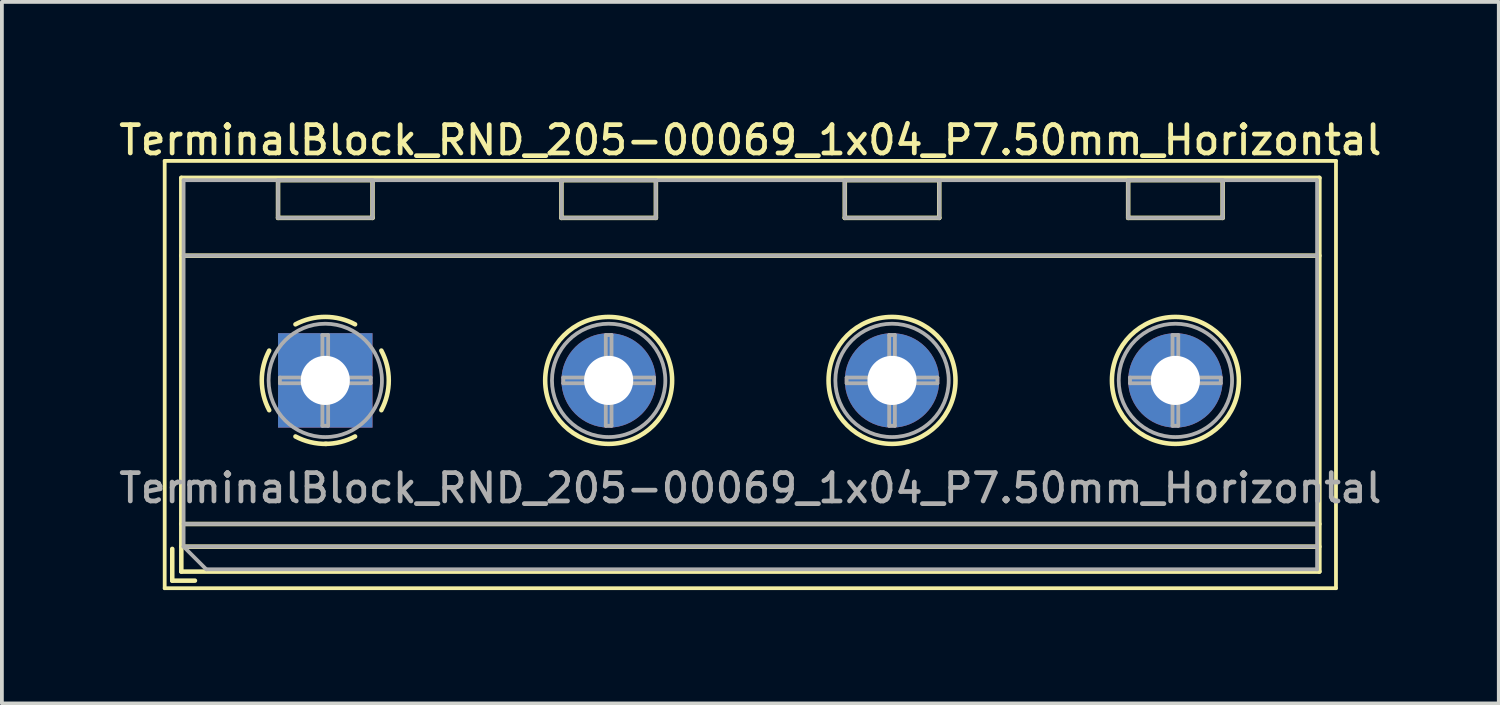
<source format=kicad_pcb>
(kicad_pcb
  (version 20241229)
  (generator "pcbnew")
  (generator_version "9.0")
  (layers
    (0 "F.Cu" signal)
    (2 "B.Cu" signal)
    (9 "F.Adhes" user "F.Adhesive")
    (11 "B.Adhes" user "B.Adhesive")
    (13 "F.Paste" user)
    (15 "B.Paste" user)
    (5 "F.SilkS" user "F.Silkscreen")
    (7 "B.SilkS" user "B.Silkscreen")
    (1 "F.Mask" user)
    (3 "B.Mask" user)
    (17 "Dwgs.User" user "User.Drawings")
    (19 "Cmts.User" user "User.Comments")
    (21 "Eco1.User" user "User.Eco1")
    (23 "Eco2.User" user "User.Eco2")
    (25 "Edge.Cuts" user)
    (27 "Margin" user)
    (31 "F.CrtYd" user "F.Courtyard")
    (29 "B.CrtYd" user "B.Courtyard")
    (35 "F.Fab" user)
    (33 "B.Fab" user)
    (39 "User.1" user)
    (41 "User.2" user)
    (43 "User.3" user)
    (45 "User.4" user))
  (footprint "TerminalBlock_RND_205-00069_1x04_P7.50mm_Horizontal"
    (layer "F.Cu")
    (at 5.559 7.018)
    (property "Reference" "TerminalBlock_RND_205-00069_1x04_P7.50mm_Horizontal" (at 11.25 -6.36 0) (layer "F.SilkS") (effects (font (size 0.75 0.75) (thickness 0.125))))
    (attr through_hole)
    (fp_line (start -4.25 -5.81) (end -4.25 5.5) (stroke (width 0.1) (type solid)) (layer "F.SilkS"))
    (fp_line (start -4.25 5.5) (end 26.75 5.5) (stroke (width 0.1) (type solid)) (layer "F.SilkS"))
    (fp_line (start -4.05 4.46) (end -4.05 5.3) (stroke (width 0.12) (type solid)) (layer "F.SilkS"))
    (fp_line (start -4.05 5.3) (end -3.45 5.3) (stroke (width 0.12) (type solid)) (layer "F.SilkS"))
    (fp_line (start -3.81 -5.36) (end -3.81 5.06) (stroke (width 0.12) (type solid)) (layer "F.SilkS"))
    (fp_line (start -3.81 -5.36) (end 26.31 -5.36) (stroke (width 0.12) (type solid)) (layer "F.SilkS"))
    (fp_line (start -3.81 -3.301) (end 26.31 -3.301) (stroke (width 0.12) (type solid)) (layer "F.SilkS"))
    (fp_line (start -3.81 3.8) (end 26.31 3.8) (stroke (width 0.12) (type solid)) (layer "F.SilkS"))
    (fp_line (start -3.81 4.4) (end 26.31 4.4) (stroke (width 0.12) (type solid)) (layer "F.SilkS"))
    (fp_line (start -3.81 5.06) (end 26.31 5.06) (stroke (width 0.12) (type solid)) (layer "F.SilkS"))
    (fp_line (start -1.25 -5.301) (end -1.25 -4.301) (stroke (width 0.12) (type solid)) (layer "F.SilkS"))
    (fp_line (start -1.25 -5.301) (end 1.25 -5.301) (stroke (width 0.12) (type solid)) (layer "F.SilkS"))
    (fp_line (start -1.25 -4.301) (end 1.25 -4.301) (stroke (width 0.12) (type solid)) (layer "F.SilkS"))
    (fp_line (start 1.25 -5.301) (end 1.25 -4.301) (stroke (width 0.12) (type solid)) (layer "F.SilkS"))
    (fp_line (start 6.25 -5.301) (end 6.25 -4.301) (stroke (width 0.12) (type solid)) (layer "F.SilkS"))
    (fp_line (start 6.25 -5.301) (end 8.75 -5.301) (stroke (width 0.12) (type solid)) (layer "F.SilkS"))
    (fp_line (start 6.25 -4.301) (end 8.75 -4.301) (stroke (width 0.12) (type solid)) (layer "F.SilkS"))
    (fp_line (start 8.75 -5.301) (end 8.75 -4.301) (stroke (width 0.12) (type solid)) (layer "F.SilkS"))
    (fp_line (start 13.75 -5.301) (end 13.75 -4.301) (stroke (width 0.12) (type solid)) (layer "F.SilkS"))
    (fp_line (start 13.75 -5.301) (end 16.25 -5.301) (stroke (width 0.12) (type solid)) (layer "F.SilkS"))
    (fp_line (start 13.75 -4.301) (end 16.25 -4.301) (stroke (width 0.12) (type solid)) (layer "F.SilkS"))
    (fp_line (start 16.25 -5.301) (end 16.25 -4.301) (stroke (width 0.12) (type solid)) (layer "F.SilkS"))
    (fp_line (start 21.25 -5.301) (end 21.25 -4.301) (stroke (width 0.12) (type solid)) (layer "F.SilkS"))
    (fp_line (start 21.25 -5.301) (end 23.75 -5.301) (stroke (width 0.12) (type solid)) (layer "F.SilkS"))
    (fp_line (start 21.25 -4.301) (end 23.75 -4.301) (stroke (width 0.12) (type solid)) (layer "F.SilkS"))
    (fp_line (start 23.75 -5.301) (end 23.75 -4.301) (stroke (width 0.12) (type solid)) (layer "F.SilkS"))
    (fp_line (start 26.31 -5.36) (end 26.31 5.06) (stroke (width 0.12) (type solid)) (layer "F.SilkS"))
    (fp_line (start 26.75 -5.81) (end -4.25 -5.81) (stroke (width 0.1) (type solid)) (layer "F.SilkS"))
    (fp_line (start 26.75 5.5) (end 26.75 -5.81) (stroke (width 0.1) (type solid)) (layer "F.SilkS"))
    (fp_arc (start -1.483953 0.789089) (mid -1.680708 0.00005) (end -1.484 -0.789) (stroke (width 0.12) (type solid)) (layer "F.SilkS"))
    (fp_arc (start -0.789089 -1.483953) (mid -0.00005 -1.680708) (end 0.789 -1.484) (stroke (width 0.12) (type solid)) (layer "F.SilkS"))
    (fp_arc (start 0.029383 1.68045) (mid -0.392304 1.634281) (end -0.789 1.484) (stroke (width 0.12) (type solid)) (layer "F.SilkS"))
    (fp_arc (start 0.788712 1.483352) (mid 0.406429 1.630097) (end 0 1.68) (stroke (width 0.12) (type solid)) (layer "F.SilkS"))
    (fp_arc (start 1.483953 -0.789089) (mid 1.680708 -0.00005) (end 1.484 0.789) (stroke (width 0.12) (type solid)) (layer "F.SilkS"))
    (fp_circle (center 7.5 0) (end 9.18 0) (stroke (width 0.12) (type solid)) (fill no) (layer "F.SilkS"))
    (fp_circle (center 15 0) (end 16.68 0) (stroke (width 0.12) (type solid)) (fill no) (layer "F.SilkS"))
    (fp_circle (center 22.5 0) (end 24.18 0) (stroke (width 0.12) (type solid)) (fill no) (layer "F.SilkS"))
    (fp_line (start -3.75 -5.3) (end 26.25 -5.3) (stroke (width 0.1) (type solid)) (layer "F.Fab"))
    (fp_line (start -3.75 -3.3) (end 26.25 -3.3) (stroke (width 0.1) (type solid)) (layer "F.Fab"))
    (fp_line (start -3.75 3.8) (end 26.25 3.8) (stroke (width 0.1) (type solid)) (layer "F.Fab"))
    (fp_line (start -3.75 4.4) (end -3.75 -5.3) (stroke (width 0.1) (type solid)) (layer "F.Fab"))
    (fp_line (start -3.75 4.4) (end 26.25 4.4) (stroke (width 0.1) (type solid)) (layer "F.Fab"))
    (fp_line (start -3.15 5) (end -3.75 4.4) (stroke (width 0.1) (type solid)) (layer "F.Fab"))
    (fp_line (start -1.25 -5.3) (end -1.25 -4.3) (stroke (width 0.1) (type solid)) (layer "F.Fab"))
    (fp_line (start -1.25 -4.3) (end 1.25 -4.3) (stroke (width 0.1) (type solid)) (layer "F.Fab"))
    (fp_line (start -1.201 -0.076) (end -0.076 -0.076) (stroke (width 0.1) (type solid)) (layer "F.Fab"))
    (fp_line (start -1.201 0.076) (end -1.201 -0.076) (stroke (width 0.1) (type solid)) (layer "F.Fab"))
    (fp_line (start -0.076 -1.201) (end 0.076 -1.201) (stroke (width 0.1) (type solid)) (layer "F.Fab"))
    (fp_line (start -0.076 -0.076) (end -0.076 -1.201) (stroke (width 0.1) (type solid)) (layer "F.Fab"))
    (fp_line (start -0.076 0.076) (end -1.201 0.076) (stroke (width 0.1) (type solid)) (layer "F.Fab"))
    (fp_line (start -0.076 1.201) (end -0.076 0.076) (stroke (width 0.1) (type solid)) (layer "F.Fab"))
    (fp_line (start 0.076 -1.201) (end 0.076 -0.076) (stroke (width 0.1) (type solid)) (layer "F.Fab"))
    (fp_line (start 0.076 -0.076) (end 1.201 -0.076) (stroke (width 0.1) (type solid)) (layer "F.Fab"))
    (fp_line (start 0.076 0.076) (end 0.076 1.201) (stroke (width 0.1) (type solid)) (layer "F.Fab"))
    (fp_line (start 0.076 1.201) (end -0.076 1.201) (stroke (width 0.1) (type solid)) (layer "F.Fab"))
    (fp_line (start 1.201 -0.076) (end 1.201 0.076) (stroke (width 0.1) (type solid)) (layer "F.Fab"))
    (fp_line (start 1.201 0.076) (end 0.076 0.076) (stroke (width 0.1) (type solid)) (layer "F.Fab"))
    (fp_line (start 1.25 -5.3) (end -1.25 -5.3) (stroke (width 0.1) (type solid)) (layer "F.Fab"))
    (fp_line (start 1.25 -4.3) (end 1.25 -5.3) (stroke (width 0.1) (type solid)) (layer "F.Fab"))
    (fp_line (start 6.25 -5.3) (end 6.25 -4.3) (stroke (width 0.1) (type solid)) (layer "F.Fab"))
    (fp_line (start 6.25 -4.3) (end 8.75 -4.3) (stroke (width 0.1) (type solid)) (layer "F.Fab"))
    (fp_line (start 6.299 -0.076) (end 7.424 -0.076) (stroke (width 0.1) (type solid)) (layer "F.Fab"))
    (fp_line (start 6.299 0.076) (end 6.299 -0.076) (stroke (width 0.1) (type solid)) (layer "F.Fab"))
    (fp_line (start 7.424 -1.201) (end 7.576 -1.201) (stroke (width 0.1) (type solid)) (layer "F.Fab"))
    (fp_line (start 7.424 -0.076) (end 7.424 -1.201) (stroke (width 0.1) (type solid)) (layer "F.Fab"))
    (fp_line (start 7.424 0.076) (end 6.299 0.076) (stroke (width 0.1) (type solid)) (layer "F.Fab"))
    (fp_line (start 7.424 1.201) (end 7.424 0.076) (stroke (width 0.1) (type solid)) (layer "F.Fab"))
    (fp_line (start 7.576 -1.201) (end 7.576 -0.076) (stroke (width 0.1) (type solid)) (layer "F.Fab"))
    (fp_line (start 7.576 -0.076) (end 8.701 -0.076) (stroke (width 0.1) (type solid)) (layer "F.Fab"))
    (fp_line (start 7.576 0.076) (end 7.576 1.201) (stroke (width 0.1) (type solid)) (layer "F.Fab"))
    (fp_line (start 7.576 1.201) (end 7.424 1.201) (stroke (width 0.1) (type solid)) (layer "F.Fab"))
    (fp_line (start 8.701 -0.076) (end 8.701 0.076) (stroke (width 0.1) (type solid)) (layer "F.Fab"))
    (fp_line (start 8.701 0.076) (end 7.576 0.076) (stroke (width 0.1) (type solid)) (layer "F.Fab"))
    (fp_line (start 8.75 -5.3) (end 6.25 -5.3) (stroke (width 0.1) (type solid)) (layer "F.Fab"))
    (fp_line (start 8.75 -4.3) (end 8.75 -5.3) (stroke (width 0.1) (type solid)) (layer "F.Fab"))
    (fp_line (start 13.75 -5.3) (end 13.75 -4.3) (stroke (width 0.1) (type solid)) (layer "F.Fab"))
    (fp_line (start 13.75 -4.3) (end 16.25 -4.3) (stroke (width 0.1) (type solid)) (layer "F.Fab"))
    (fp_line (start 13.799 -0.076) (end 14.924 -0.076) (stroke (width 0.1) (type solid)) (layer "F.Fab"))
    (fp_line (start 13.799 0.076) (end 13.799 -0.076) (stroke (width 0.1) (type solid)) (layer "F.Fab"))
    (fp_line (start 14.924 -1.201) (end 15.076 -1.201) (stroke (width 0.1) (type solid)) (layer "F.Fab"))
    (fp_line (start 14.924 -0.076) (end 14.924 -1.201) (stroke (width 0.1) (type solid)) (layer "F.Fab"))
    (fp_line (start 14.924 0.076) (end 13.799 0.076) (stroke (width 0.1) (type solid)) (layer "F.Fab"))
    (fp_line (start 14.924 1.201) (end 14.924 0.076) (stroke (width 0.1) (type solid)) (layer "F.Fab"))
    (fp_line (start 15.076 -1.201) (end 15.076 -0.076) (stroke (width 0.1) (type solid)) (layer "F.Fab"))
    (fp_line (start 15.076 -0.076) (end 16.201 -0.076) (stroke (width 0.1) (type solid)) (layer "F.Fab"))
    (fp_line (start 15.076 0.076) (end 15.076 1.201) (stroke (width 0.1) (type solid)) (layer "F.Fab"))
    (fp_line (start 15.076 1.201) (end 14.924 1.201) (stroke (width 0.1) (type solid)) (layer "F.Fab"))
    (fp_line (start 16.201 -0.076) (end 16.201 0.076) (stroke (width 0.1) (type solid)) (layer "F.Fab"))
    (fp_line (start 16.201 0.076) (end 15.076 0.076) (stroke (width 0.1) (type solid)) (layer "F.Fab"))
    (fp_line (start 16.25 -5.3) (end 13.75 -5.3) (stroke (width 0.1) (type solid)) (layer "F.Fab"))
    (fp_line (start 16.25 -4.3) (end 16.25 -5.3) (stroke (width 0.1) (type solid)) (layer "F.Fab"))
    (fp_line (start 21.25 -5.3) (end 21.25 -4.3) (stroke (width 0.1) (type solid)) (layer "F.Fab"))
    (fp_line (start 21.25 -4.3) (end 23.75 -4.3) (stroke (width 0.1) (type solid)) (layer "F.Fab"))
    (fp_line (start 21.299 -0.076) (end 22.424 -0.076) (stroke (width 0.1) (type solid)) (layer "F.Fab"))
    (fp_line (start 21.299 0.076) (end 21.299 -0.076) (stroke (width 0.1) (type solid)) (layer "F.Fab"))
    (fp_line (start 22.424 -1.201) (end 22.576 -1.201) (stroke (width 0.1) (type solid)) (layer "F.Fab"))
    (fp_line (start 22.424 -0.076) (end 22.424 -1.201) (stroke (width 0.1) (type solid)) (layer "F.Fab"))
    (fp_line (start 22.424 0.076) (end 21.299 0.076) (stroke (width 0.1) (type solid)) (layer "F.Fab"))
    (fp_line (start 22.424 1.201) (end 22.424 0.076) (stroke (width 0.1) (type solid)) (layer "F.Fab"))
    (fp_line (start 22.576 -1.201) (end 22.576 -0.076) (stroke (width 0.1) (type solid)) (layer "F.Fab"))
    (fp_line (start 22.576 -0.076) (end 23.701 -0.076) (stroke (width 0.1) (type solid)) (layer "F.Fab"))
    (fp_line (start 22.576 0.076) (end 22.576 1.201) (stroke (width 0.1) (type solid)) (layer "F.Fab"))
    (fp_line (start 22.576 1.201) (end 22.424 1.201) (stroke (width 0.1) (type solid)) (layer "F.Fab"))
    (fp_line (start 23.701 -0.076) (end 23.701 0.076) (stroke (width 0.1) (type solid)) (layer "F.Fab"))
    (fp_line (start 23.701 0.076) (end 22.576 0.076) (stroke (width 0.1) (type solid)) (layer "F.Fab"))
    (fp_line (start 23.75 -5.3) (end 21.25 -5.3) (stroke (width 0.1) (type solid)) (layer "F.Fab"))
    (fp_line (start 23.75 -4.3) (end 23.75 -5.3) (stroke (width 0.1) (type solid)) (layer "F.Fab"))
    (fp_line (start 26.25 -5.3) (end 26.25 5) (stroke (width 0.1) (type solid)) (layer "F.Fab"))
    (fp_line (start 26.25 5) (end -3.15 5) (stroke (width 0.1) (type solid)) (layer "F.Fab"))
    (fp_circle (center 0 0) (end 1.5 0) (stroke (width 0.1) (type solid)) (fill no) (layer "F.Fab"))
    (fp_circle (center 7.5 0) (end 9 0) (stroke (width 0.1) (type solid)) (fill no) (layer "F.Fab"))
    (fp_circle (center 15 0) (end 16.5 0) (stroke (width 0.1) (type solid)) (fill no) (layer "F.Fab"))
    (fp_circle (center 22.5 0) (end 24 0) (stroke (width 0.1) (type solid)) (fill no) (layer "F.Fab"))
    (fp_text user "${REFERENCE}" (at 11.25 2.85 0) (layer "F.Fab") (effects (font (size 0.75 0.75) (thickness 0.125))))
    (pad "1" thru_hole rect (at 0 0) (size 2.5 2.5) (drill 1.3) (layers "*.Cu" "*.Mask"))
    (pad "2" thru_hole circle (at 7.5 0) (size 2.5 2.5) (drill 1.3) (layers "*.Cu" "*.Mask"))
    (pad "3" thru_hole circle (at 15 0) (size 2.5 2.5) (drill 1.3) (layers "*.Cu" "*.Mask"))
    (pad "4" thru_hole circle (at 22.5 0) (size 2.5 2.5) (drill 1.3) (layers "*.Cu" "*.Mask")))
  (gr_rect
    (start -3 -3)
    (end 36.618 15.568)
    (stroke (width 0.1) (type default))
    (fill no)
    (layer "Edge.Cuts")))
</source>
